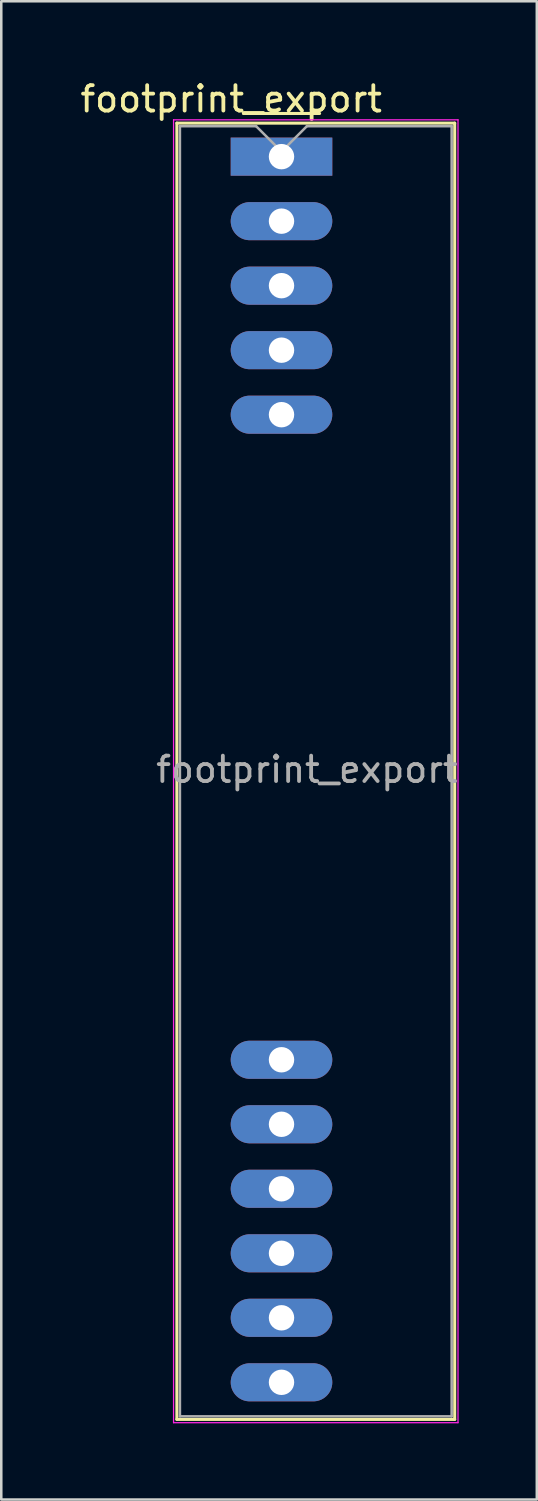
<source format=kicad_pcb>
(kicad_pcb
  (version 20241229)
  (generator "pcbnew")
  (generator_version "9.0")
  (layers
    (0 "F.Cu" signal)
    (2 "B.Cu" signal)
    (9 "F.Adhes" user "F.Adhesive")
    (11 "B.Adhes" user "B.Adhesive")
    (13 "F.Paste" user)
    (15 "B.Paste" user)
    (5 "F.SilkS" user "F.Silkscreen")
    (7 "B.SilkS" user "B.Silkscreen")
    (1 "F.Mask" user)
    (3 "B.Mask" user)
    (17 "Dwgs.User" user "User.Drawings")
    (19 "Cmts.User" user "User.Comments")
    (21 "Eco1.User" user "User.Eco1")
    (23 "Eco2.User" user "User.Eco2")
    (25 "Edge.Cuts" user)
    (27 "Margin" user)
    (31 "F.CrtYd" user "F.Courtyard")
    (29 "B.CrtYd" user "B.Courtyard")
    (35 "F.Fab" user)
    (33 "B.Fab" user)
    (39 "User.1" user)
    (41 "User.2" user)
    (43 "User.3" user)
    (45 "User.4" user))
  (footprint "footprint_export"
    (layer "F.Cu")
    (at 8.034 3.118)
    (property "Reference" "footprint_export" (at -1.98 -2.27 0) (layer "F.SilkS") (effects (font (size 1 1) (thickness 0.15))))
    (attr through_hole)
    (fp_line (start -4.12 -1.32) (end 6.82 -1.32) (stroke (width 0.12) (type solid)) (layer "F.SilkS"))
    (fp_line (start -4.12 49.72) (end -4.12 -1.32) (stroke (width 0.12) (type solid)) (layer "F.SilkS"))
    (fp_line (start 1.5 -1.7) (end -1.5 -1.7) (stroke (width 0.12) (type solid)) (layer "F.SilkS"))
    (fp_line (start 6.82 -1.32) (end 6.82 49.72) (stroke (width 0.12) (type solid)) (layer "F.SilkS"))
    (fp_line (start 6.82 49.72) (end -4.12 49.72) (stroke (width 0.12) (type solid)) (layer "F.SilkS"))
    (fp_line (start -4.25 -1.45) (end -4.25 49.85) (stroke (width 0.05) (type solid)) (layer "F.CrtYd"))
    (fp_line (start -4.25 -1.45) (end 6.95 -1.45) (stroke (width 0.05) (type solid)) (layer "F.CrtYd"))
    (fp_line (start -4.25 49.85) (end 6.95 49.85) (stroke (width 0.05) (type solid)) (layer "F.CrtYd"))
    (fp_line (start 6.95 -1.45) (end 6.95 49.85) (stroke (width 0.05) (type solid)) (layer "F.CrtYd"))
    (fp_line (start -4 49.6) (end -4 -1.2) (stroke (width 0.1) (type solid)) (layer "F.Fab"))
    (fp_line (start -1 -1.2) (end -4 -1.2) (stroke (width 0.1) (type solid)) (layer "F.Fab"))
    (fp_line (start -1 -1.2) (end 0 -0.2) (stroke (width 0.1) (type solid)) (layer "F.Fab"))
    (fp_line (start 0 -0.2) (end 1 -1.2) (stroke (width 0.1) (type solid)) (layer "F.Fab"))
    (fp_line (start 1 -1.2) (end 6.7 -1.2) (stroke (width 0.1) (type solid)) (layer "F.Fab"))
    (fp_line (start 6.7 -1.2) (end 6.7 49.6) (stroke (width 0.1) (type solid)) (layer "F.Fab"))
    (fp_line (start 6.7 49.6) (end -4 49.6) (stroke (width 0.1) (type solid)) (layer "F.Fab"))
    (fp_text user "${REFERENCE}" (at 1 24.13 0) (layer "F.Fab") (effects (font (size 1 1) (thickness 0.15))))
    (pad "1" thru_hole rect (at 0 0) (size 4 1.5) (drill 1) (layers "*.Cu" "*.Mask"))
    (pad "2" thru_hole oval (at 0 2.54) (size 4 1.5) (drill 1) (layers "*.Cu" "*.Mask"))
    (pad "3" thru_hole oval (at 0 5.08) (size 4 1.5) (drill 1) (layers "*.Cu" "*.Mask"))
    (pad "4" thru_hole oval (at 0 7.62) (size 4 1.5) (drill 1) (layers "*.Cu" "*.Mask"))
    (pad "5" thru_hole oval (at 0 10.16) (size 4 1.5) (drill 1) (layers "*.Cu" "*.Mask"))
    (pad "6" thru_hole oval (at 0 35.56) (size 4 1.5) (drill 1) (layers "*.Cu" "*.Mask"))
    (pad "7" thru_hole oval (at 0 38.1) (size 4 1.5) (drill 1) (layers "*.Cu" "*.Mask"))
    (pad "8" thru_hole oval (at 0 40.64) (size 4 1.5) (drill 1) (layers "*.Cu" "*.Mask"))
    (pad "9" thru_hole oval (at 0 43.18) (size 4 1.5) (drill 1) (layers "*.Cu" "*.Mask"))
    (pad "10" thru_hole oval (at 0 45.72) (size 4 1.5) (drill 1) (layers "*.Cu" "*.Mask"))
    (pad "11" thru_hole oval (at 0 48.26) (size 4 1.5) (drill 1) (layers "*.Cu" "*.Mask")))
  (gr_rect
    (start -3 -3)
    (end 18.087 55.993)
    (stroke (width 0.1) (type default))
    (fill no)
    (layer "Edge.Cuts")))
</source>
